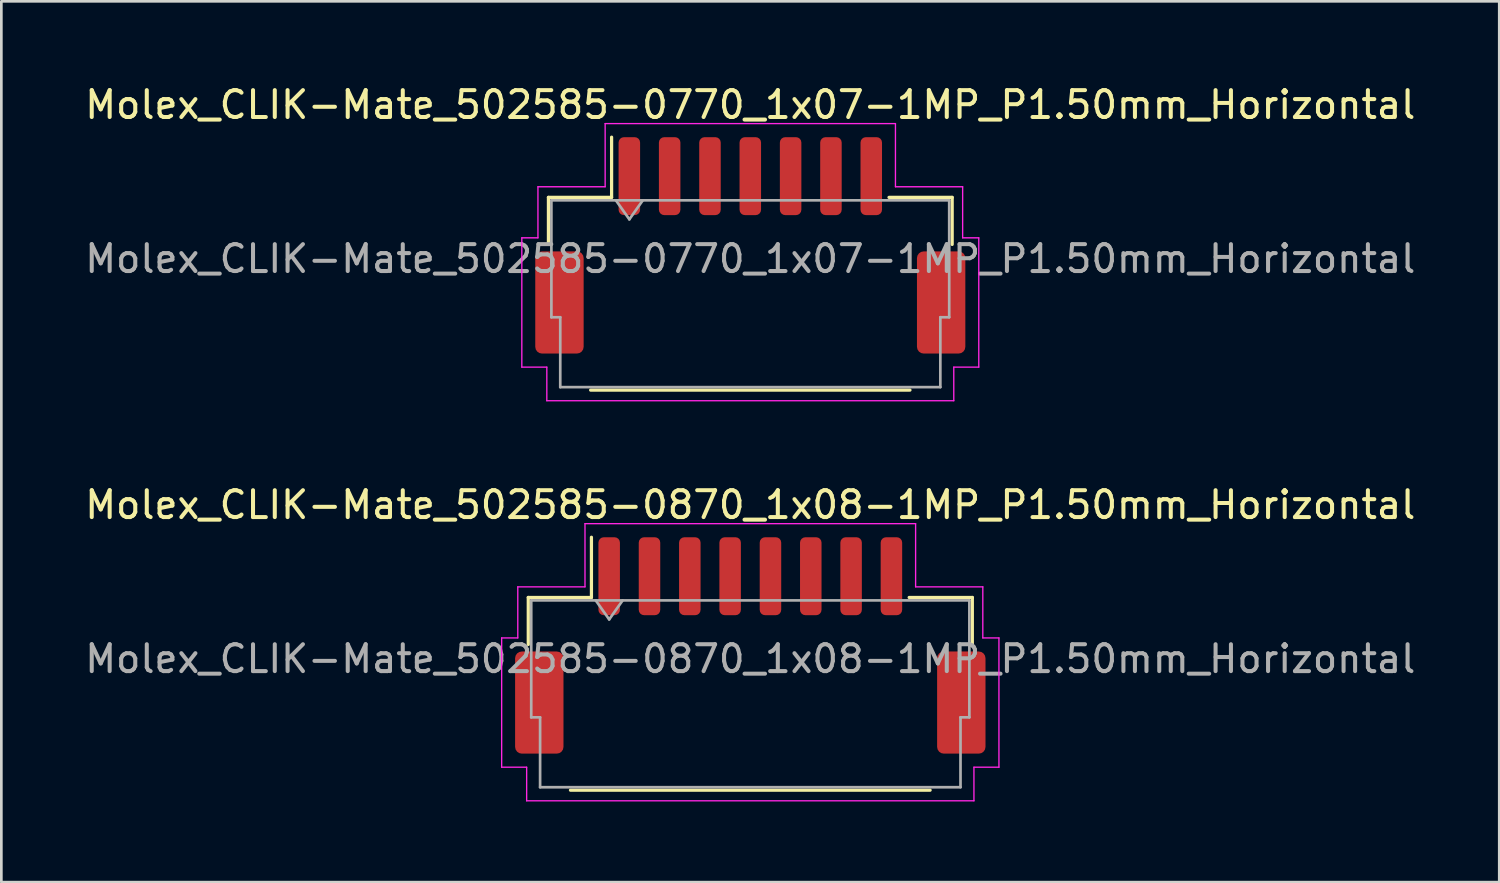
<source format=kicad_pcb>
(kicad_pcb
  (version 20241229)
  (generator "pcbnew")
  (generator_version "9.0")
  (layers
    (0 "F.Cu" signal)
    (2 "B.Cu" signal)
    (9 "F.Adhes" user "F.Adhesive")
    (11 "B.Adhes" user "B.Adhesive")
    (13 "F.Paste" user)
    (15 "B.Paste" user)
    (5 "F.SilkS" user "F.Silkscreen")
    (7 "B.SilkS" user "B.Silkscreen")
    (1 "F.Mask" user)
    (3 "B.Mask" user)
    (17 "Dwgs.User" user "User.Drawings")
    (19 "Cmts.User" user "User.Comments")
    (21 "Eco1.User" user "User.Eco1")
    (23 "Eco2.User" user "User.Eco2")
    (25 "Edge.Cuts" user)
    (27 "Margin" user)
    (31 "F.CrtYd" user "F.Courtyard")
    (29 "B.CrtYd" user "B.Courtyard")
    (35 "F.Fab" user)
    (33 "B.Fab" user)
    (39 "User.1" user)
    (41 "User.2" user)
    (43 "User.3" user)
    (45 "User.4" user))
  (footprint "Molex_CLIK-Mate_502585-0870_1x08-1MP_P1.50mm_Horizontal"
    (layer "F.Cu")
    (at 24.863 20.962)
    (property "Reference" "Molex_CLIK-Mate_502585-0870_1x08-1MP_P1.50mm_Horizontal" (at 0 -5.23 0) (layer "F.SilkS") (effects (font (size 1 1) (thickness 0.15))))
    (attr smd)
    (fp_line (start -8.26 -1.785) (end -5.91 -1.785) (stroke (width 0.12) (type solid)) (layer "F.SilkS"))
    (fp_line (start -8.26 -0.035) (end -8.26 -1.785) (stroke (width 0.12) (type solid)) (layer "F.SilkS"))
    (fp_line (start -6.69 5.385) (end 6.69 5.385) (stroke (width 0.12) (type solid)) (layer "F.SilkS"))
    (fp_line (start -5.91 -1.785) (end -5.91 -4.025) (stroke (width 0.12) (type solid)) (layer "F.SilkS"))
    (fp_line (start 8.26 -1.785) (end 5.91 -1.785) (stroke (width 0.12) (type solid)) (layer "F.SilkS"))
    (fp_line (start 8.26 -0.035) (end 8.26 -1.785) (stroke (width 0.12) (type solid)) (layer "F.SilkS"))
    (fp_line (start -9.25 -0.28) (end -8.65 -0.28) (stroke (width 0.05) (type solid)) (layer "F.CrtYd"))
    (fp_line (start -9.25 4.53) (end -9.25 -0.28) (stroke (width 0.05) (type solid)) (layer "F.CrtYd"))
    (fp_line (start -8.65 -2.18) (end -6.15 -2.18) (stroke (width 0.05) (type solid)) (layer "F.CrtYd"))
    (fp_line (start -8.65 -0.28) (end -8.65 -2.18) (stroke (width 0.05) (type solid)) (layer "F.CrtYd"))
    (fp_line (start -8.32 4.53) (end -9.25 4.53) (stroke (width 0.05) (type solid)) (layer "F.CrtYd"))
    (fp_line (start -8.32 5.78) (end -8.32 4.53) (stroke (width 0.05) (type solid)) (layer "F.CrtYd"))
    (fp_line (start -6.15 -4.53) (end 6.15 -4.53) (stroke (width 0.05) (type solid)) (layer "F.CrtYd"))
    (fp_line (start -6.15 -2.18) (end -6.15 -4.53) (stroke (width 0.05) (type solid)) (layer "F.CrtYd"))
    (fp_line (start 6.15 -4.53) (end 6.15 -2.18) (stroke (width 0.05) (type solid)) (layer "F.CrtYd"))
    (fp_line (start 6.15 -2.18) (end 8.65 -2.18) (stroke (width 0.05) (type solid)) (layer "F.CrtYd"))
    (fp_line (start 8.32 4.53) (end 8.32 5.78) (stroke (width 0.05) (type solid)) (layer "F.CrtYd"))
    (fp_line (start 8.32 5.78) (end -8.32 5.78) (stroke (width 0.05) (type solid)) (layer "F.CrtYd"))
    (fp_line (start 8.65 -2.18) (end 8.65 -0.28) (stroke (width 0.05) (type solid)) (layer "F.CrtYd"))
    (fp_line (start 8.65 -0.28) (end 9.25 -0.28) (stroke (width 0.05) (type solid)) (layer "F.CrtYd"))
    (fp_line (start 9.25 -0.28) (end 9.25 4.53) (stroke (width 0.05) (type solid)) (layer "F.CrtYd"))
    (fp_line (start 9.25 4.53) (end 8.32 4.53) (stroke (width 0.05) (type solid)) (layer "F.CrtYd"))
    (fp_line (start -8.15 -1.675) (end -8.15 2.675) (stroke (width 0.1) (type solid)) (layer "F.Fab"))
    (fp_line (start -8.15 -1.675) (end 8.15 -1.675) (stroke (width 0.1) (type solid)) (layer "F.Fab"))
    (fp_line (start -8.15 2.675) (end -7.82 2.675) (stroke (width 0.1) (type solid)) (layer "F.Fab"))
    (fp_line (start -7.82 2.675) (end -7.82 5.275) (stroke (width 0.1) (type solid)) (layer "F.Fab"))
    (fp_line (start -7.82 5.275) (end 7.82 5.275) (stroke (width 0.1) (type solid)) (layer "F.Fab"))
    (fp_line (start -5.75 -1.675) (end -5.25 -0.968) (stroke (width 0.1) (type solid)) (layer "F.Fab"))
    (fp_line (start -5.25 -0.968) (end -4.75 -1.675) (stroke (width 0.1) (type solid)) (layer "F.Fab"))
    (fp_line (start 7.82 2.675) (end 8.15 2.675) (stroke (width 0.1) (type solid)) (layer "F.Fab"))
    (fp_line (start 7.82 5.275) (end 7.82 2.675) (stroke (width 0.1) (type solid)) (layer "F.Fab"))
    (fp_line (start 8.15 -1.675) (end 8.15 2.675) (stroke (width 0.1) (type solid)) (layer "F.Fab"))
    (fp_text user "${REFERENCE}" (at 0 0.5 0) (layer "F.Fab") (effects (font (size 1 1) (thickness 0.15))))
    (pad "1" smd roundrect (at -5.25 -2.575) (size 0.8 2.9) (layers "F.Cu" "F.Mask" "F.Paste") (roundrect_rratio 0.25))
    (pad "2" smd roundrect (at -3.75 -2.575) (size 0.8 2.9) (layers "F.Cu" "F.Mask" "F.Paste") (roundrect_rratio 0.25))
    (pad "3" smd roundrect (at -2.25 -2.575) (size 0.8 2.9) (layers "F.Cu" "F.Mask" "F.Paste") (roundrect_rratio 0.25))
    (pad "4" smd roundrect (at -0.75 -2.575) (size 0.8 2.9) (layers "F.Cu" "F.Mask" "F.Paste") (roundrect_rratio 0.25))
    (pad "5" smd roundrect (at 0.75 -2.575) (size 0.8 2.9) (layers "F.Cu" "F.Mask" "F.Paste") (roundrect_rratio 0.25))
    (pad "6" smd roundrect (at 2.25 -2.575) (size 0.8 2.9) (layers "F.Cu" "F.Mask" "F.Paste") (roundrect_rratio 0.25))
    (pad "7" smd roundrect (at 3.75 -2.575) (size 0.8 2.9) (layers "F.Cu" "F.Mask" "F.Paste") (roundrect_rratio 0.25))
    (pad "8" smd roundrect (at 5.25 -2.575) (size 0.8 2.9) (layers "F.Cu" "F.Mask" "F.Paste") (roundrect_rratio 0.25))
    (pad "MP" smd roundrect (at -7.85 2.125) (size 1.8 3.8) (layers "F.Cu" "F.Mask" "F.Paste") (roundrect_rratio 0.139))
    (pad "MP" smd roundrect (at 7.85 2.125) (size 1.8 3.8) (layers "F.Cu" "F.Mask" "F.Paste") (roundrect_rratio 0.139)))
  (footprint "Molex_CLIK-Mate_502585-0770_1x07-1MP_P1.50mm_Horizontal"
    (layer "F.Cu")
    (at 24.863 6.078)
    (property "Reference" "Molex_CLIK-Mate_502585-0770_1x07-1MP_P1.50mm_Horizontal" (at 0 -5.23 0) (layer "F.SilkS") (effects (font (size 1 1) (thickness 0.15))))
    (attr smd)
    (fp_line (start -7.51 -1.785) (end -5.16 -1.785) (stroke (width 0.12) (type solid)) (layer "F.SilkS"))
    (fp_line (start -7.51 -0.035) (end -7.51 -1.785) (stroke (width 0.12) (type solid)) (layer "F.SilkS"))
    (fp_line (start -5.94 5.385) (end 5.94 5.385) (stroke (width 0.12) (type solid)) (layer "F.SilkS"))
    (fp_line (start -5.16 -1.785) (end -5.16 -4.025) (stroke (width 0.12) (type solid)) (layer "F.SilkS"))
    (fp_line (start 7.51 -1.785) (end 5.16 -1.785) (stroke (width 0.12) (type solid)) (layer "F.SilkS"))
    (fp_line (start 7.51 -0.035) (end 7.51 -1.785) (stroke (width 0.12) (type solid)) (layer "F.SilkS"))
    (fp_line (start -8.5 -0.28) (end -7.9 -0.28) (stroke (width 0.05) (type solid)) (layer "F.CrtYd"))
    (fp_line (start -8.5 4.53) (end -8.5 -0.28) (stroke (width 0.05) (type solid)) (layer "F.CrtYd"))
    (fp_line (start -7.9 -2.18) (end -5.4 -2.18) (stroke (width 0.05) (type solid)) (layer "F.CrtYd"))
    (fp_line (start -7.9 -0.28) (end -7.9 -2.18) (stroke (width 0.05) (type solid)) (layer "F.CrtYd"))
    (fp_line (start -7.57 4.53) (end -8.5 4.53) (stroke (width 0.05) (type solid)) (layer "F.CrtYd"))
    (fp_line (start -7.57 5.78) (end -7.57 4.53) (stroke (width 0.05) (type solid)) (layer "F.CrtYd"))
    (fp_line (start -5.4 -4.53) (end 5.4 -4.53) (stroke (width 0.05) (type solid)) (layer "F.CrtYd"))
    (fp_line (start -5.4 -2.18) (end -5.4 -4.53) (stroke (width 0.05) (type solid)) (layer "F.CrtYd"))
    (fp_line (start 5.4 -4.53) (end 5.4 -2.18) (stroke (width 0.05) (type solid)) (layer "F.CrtYd"))
    (fp_line (start 5.4 -2.18) (end 7.9 -2.18) (stroke (width 0.05) (type solid)) (layer "F.CrtYd"))
    (fp_line (start 7.57 4.53) (end 7.57 5.78) (stroke (width 0.05) (type solid)) (layer "F.CrtYd"))
    (fp_line (start 7.57 5.78) (end -7.57 5.78) (stroke (width 0.05) (type solid)) (layer "F.CrtYd"))
    (fp_line (start 7.9 -2.18) (end 7.9 -0.28) (stroke (width 0.05) (type solid)) (layer "F.CrtYd"))
    (fp_line (start 7.9 -0.28) (end 8.5 -0.28) (stroke (width 0.05) (type solid)) (layer "F.CrtYd"))
    (fp_line (start 8.5 -0.28) (end 8.5 4.53) (stroke (width 0.05) (type solid)) (layer "F.CrtYd"))
    (fp_line (start 8.5 4.53) (end 7.57 4.53) (stroke (width 0.05) (type solid)) (layer "F.CrtYd"))
    (fp_line (start -7.4 -1.675) (end -7.4 2.675) (stroke (width 0.1) (type solid)) (layer "F.Fab"))
    (fp_line (start -7.4 -1.675) (end 7.4 -1.675) (stroke (width 0.1) (type solid)) (layer "F.Fab"))
    (fp_line (start -7.4 2.675) (end -7.07 2.675) (stroke (width 0.1) (type solid)) (layer "F.Fab"))
    (fp_line (start -7.07 2.675) (end -7.07 5.275) (stroke (width 0.1) (type solid)) (layer "F.Fab"))
    (fp_line (start -7.07 5.275) (end 7.07 5.275) (stroke (width 0.1) (type solid)) (layer "F.Fab"))
    (fp_line (start -5 -1.675) (end -4.5 -0.968) (stroke (width 0.1) (type solid)) (layer "F.Fab"))
    (fp_line (start -4.5 -0.968) (end -4 -1.675) (stroke (width 0.1) (type solid)) (layer "F.Fab"))
    (fp_line (start 7.07 2.675) (end 7.4 2.675) (stroke (width 0.1) (type solid)) (layer "F.Fab"))
    (fp_line (start 7.07 5.275) (end 7.07 2.675) (stroke (width 0.1) (type solid)) (layer "F.Fab"))
    (fp_line (start 7.4 -1.675) (end 7.4 2.675) (stroke (width 0.1) (type solid)) (layer "F.Fab"))
    (fp_text user "${REFERENCE}" (at 0 0.5 0) (layer "F.Fab") (effects (font (size 1 1) (thickness 0.15))))
    (pad "1" smd roundrect (at -4.5 -2.575) (size 0.8 2.9) (layers "F.Cu" "F.Mask" "F.Paste") (roundrect_rratio 0.25))
    (pad "2" smd roundrect (at -3 -2.575) (size 0.8 2.9) (layers "F.Cu" "F.Mask" "F.Paste") (roundrect_rratio 0.25))
    (pad "3" smd roundrect (at -1.5 -2.575) (size 0.8 2.9) (layers "F.Cu" "F.Mask" "F.Paste") (roundrect_rratio 0.25))
    (pad "4" smd roundrect (at 0 -2.575) (size 0.8 2.9) (layers "F.Cu" "F.Mask" "F.Paste") (roundrect_rratio 0.25))
    (pad "5" smd roundrect (at 1.5 -2.575) (size 0.8 2.9) (layers "F.Cu" "F.Mask" "F.Paste") (roundrect_rratio 0.25))
    (pad "6" smd roundrect (at 3 -2.575) (size 0.8 2.9) (layers "F.Cu" "F.Mask" "F.Paste") (roundrect_rratio 0.25))
    (pad "7" smd roundrect (at 4.5 -2.575) (size 0.8 2.9) (layers "F.Cu" "F.Mask" "F.Paste") (roundrect_rratio 0.25))
    (pad "MP" smd roundrect (at -7.1 2.125) (size 1.8 3.8) (layers "F.Cu" "F.Mask" "F.Paste") (roundrect_rratio 0.139))
    (pad "MP" smd roundrect (at 7.1 2.125) (size 1.8 3.8) (layers "F.Cu" "F.Mask" "F.Paste") (roundrect_rratio 0.139)))
  (gr_rect
    (start -3 -3)
    (end 52.726 29.767)
    (stroke (width 0.1) (type default))
    (fill no)
    (layer "Edge.Cuts")))
</source>
